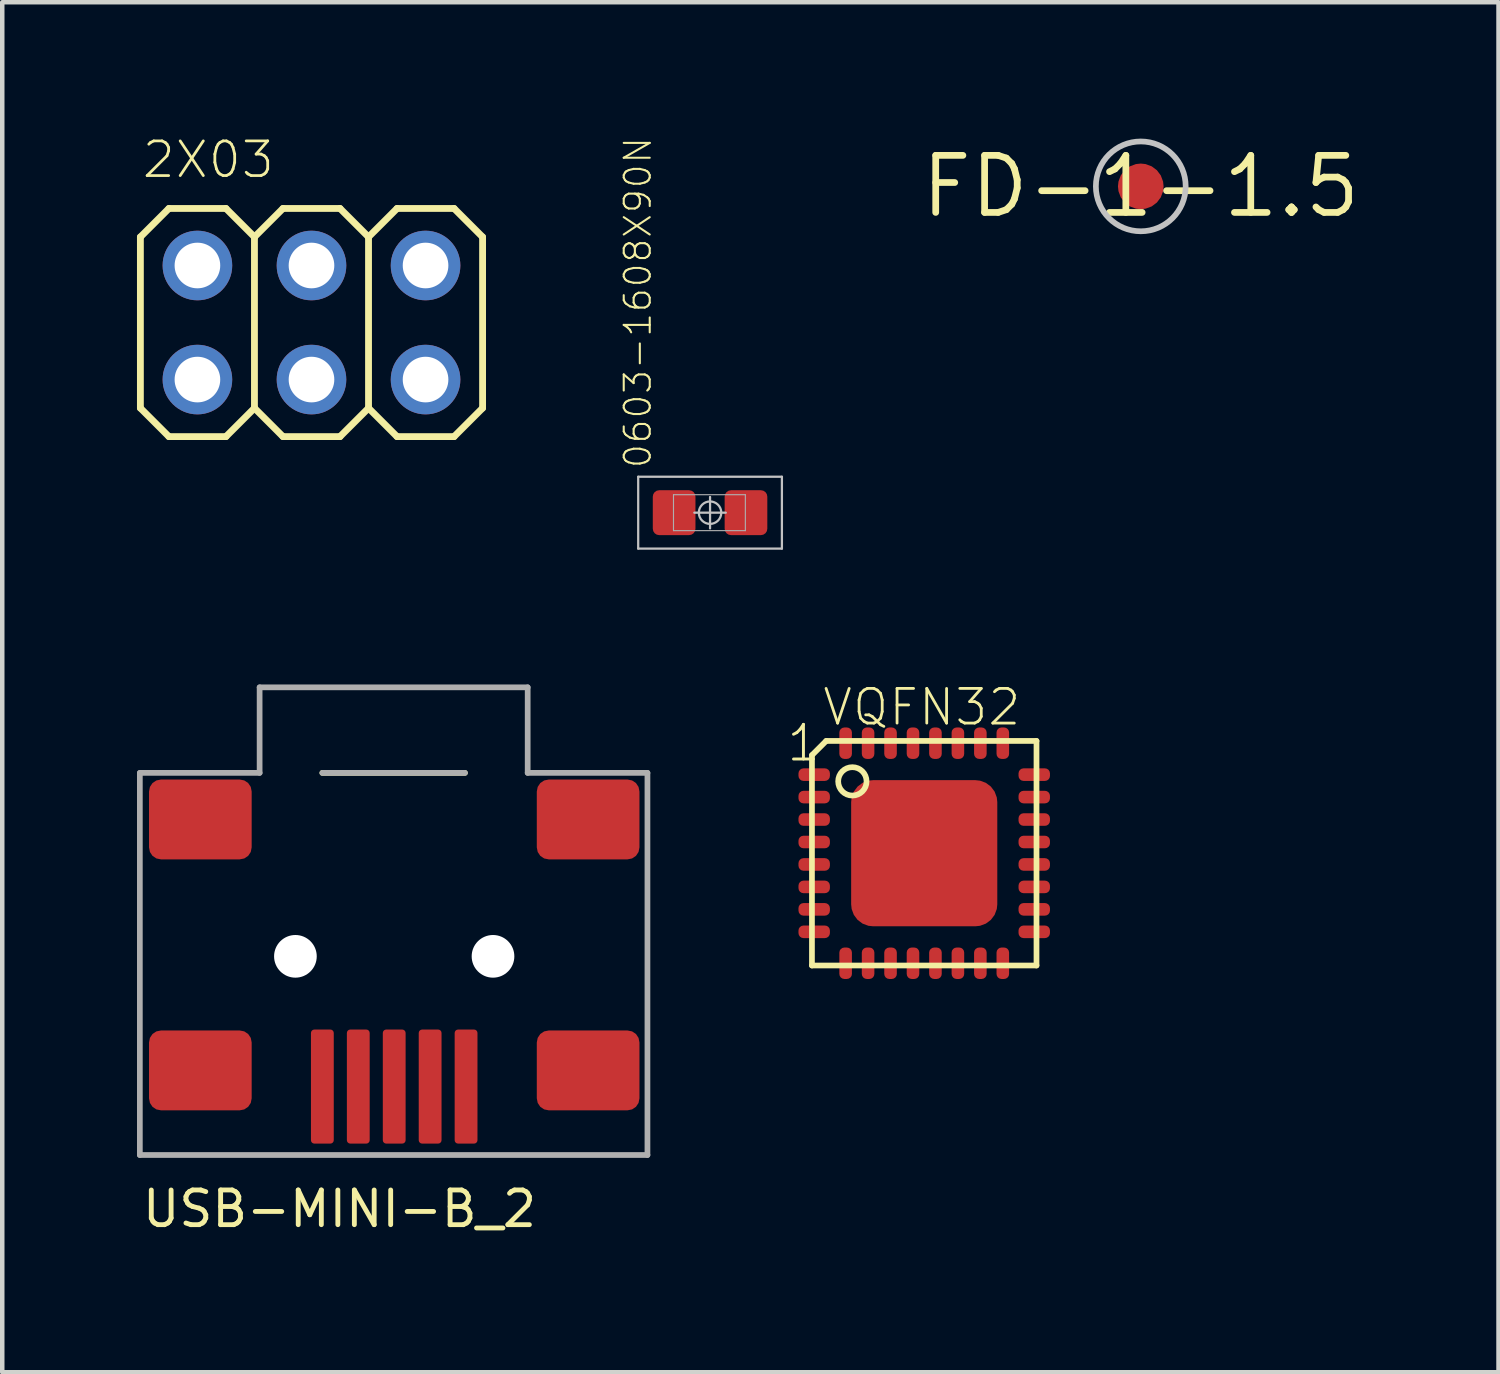
<source format=kicad_pcb>
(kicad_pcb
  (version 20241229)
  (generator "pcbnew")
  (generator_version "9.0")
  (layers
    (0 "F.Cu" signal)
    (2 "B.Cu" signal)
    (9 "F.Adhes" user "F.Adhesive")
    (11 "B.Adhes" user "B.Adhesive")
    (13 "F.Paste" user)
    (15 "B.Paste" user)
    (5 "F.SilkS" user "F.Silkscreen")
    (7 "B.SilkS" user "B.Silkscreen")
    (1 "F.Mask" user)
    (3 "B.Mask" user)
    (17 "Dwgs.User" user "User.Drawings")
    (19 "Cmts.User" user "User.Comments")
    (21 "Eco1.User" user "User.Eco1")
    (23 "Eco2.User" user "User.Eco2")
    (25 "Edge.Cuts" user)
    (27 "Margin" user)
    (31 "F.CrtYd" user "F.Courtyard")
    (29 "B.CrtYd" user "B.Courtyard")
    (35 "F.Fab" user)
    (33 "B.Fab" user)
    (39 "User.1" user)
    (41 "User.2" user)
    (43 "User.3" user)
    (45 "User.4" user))
  (footprint "0603-1608X90N"
    (layer "F.Cu")
    (at 12.761 8.366)
    (property "Reference" "0603-1608X90N" (at -1.27 -0.953 90) (layer "F.SilkS") (effects (font (size 0.579 0.579) (thickness 0.046)) (justify left bottom)))
    (attr through_hole)
    (fp_line (start -1.6 -0.8) (end -1.6 0.8) (stroke (width 0.05) (type solid)) (layer "Dwgs.User"))
    (fp_line (start -1.6 0.8) (end 1.6 0.8) (stroke (width 0.05) (type solid)) (layer "Dwgs.User"))
    (fp_line (start -0.35 0) (end 0.35 0) (stroke (width 0.05) (type solid)) (layer "Dwgs.User"))
    (fp_line (start 0 0.35) (end 0 -0.35) (stroke (width 0.05) (type solid)) (layer "Dwgs.User"))
    (fp_line (start 1.6 -0.8) (end -1.6 -0.8) (stroke (width 0.05) (type solid)) (layer "Dwgs.User"))
    (fp_line (start 1.6 0.8) (end 1.6 -0.8) (stroke (width 0.05) (type solid)) (layer "Dwgs.User"))
    (fp_circle (center 0 0) (end 0.25 0) (stroke (width 0.05) (type solid)) (fill no) (layer "Dwgs.User"))
    (fp_line (start -0.814 -0.4) (end -0.814 0.4) (stroke (width 0.025) (type solid)) (layer "F.Fab"))
    (fp_line (start -0.814 0.4) (end 0.786 0.4) (stroke (width 0.025) (type solid)) (layer "F.Fab"))
    (fp_line (start 0.786 -0.4) (end -0.814 -0.4) (stroke (width 0.025) (type solid)) (layer "F.Fab"))
    (fp_line (start 0.786 0.4) (end 0.786 -0.4) (stroke (width 0.025) (type solid)) (layer "F.Fab"))
    (pad "1" smd roundrect (at -0.8 0) (size 0.95 1) (layers "F.Cu" "F.Mask" "F.Paste") (roundrect_rratio 0.15))
    (pad "2" smd roundrect (at 0.8 0) (size 0.95 1) (layers "F.Cu" "F.Mask" "F.Paste") (roundrect_rratio 0.15)))
  (footprint "2X03"
    (layer "F.Cu")
    (at 3.886 4.132)
    (property "Reference" "2X03" (at -3.81 -3.175 0) (layer "F.SilkS") (effects (font (size 0.772 0.772) (thickness 0.062)) (justify left bottom)))
    (attr through_hole)
    (fp_line (start -3.81 -1.905) (end -3.175 -2.54) (stroke (width 0.152) (type solid)) (layer "F.SilkS"))
    (fp_line (start -3.81 1.905) (end -3.81 -1.905) (stroke (width 0.152) (type solid)) (layer "F.SilkS"))
    (fp_line (start -3.81 1.905) (end -3.175 2.54) (stroke (width 0.152) (type solid)) (layer "F.SilkS"))
    (fp_line (start -3.175 -2.54) (end -1.905 -2.54) (stroke (width 0.152) (type solid)) (layer "F.SilkS"))
    (fp_line (start -3.175 2.54) (end -1.905 2.54) (stroke (width 0.152) (type solid)) (layer "F.SilkS"))
    (fp_line (start -1.905 -2.54) (end -1.27 -1.905) (stroke (width 0.152) (type solid)) (layer "F.SilkS"))
    (fp_line (start -1.905 2.54) (end -1.27 1.905) (stroke (width 0.152) (type solid)) (layer "F.SilkS"))
    (fp_line (start -1.27 -1.905) (end -1.27 1.905) (stroke (width 0.152) (type solid)) (layer "F.SilkS"))
    (fp_line (start -1.27 -1.905) (end -0.635 -2.54) (stroke (width 0.152) (type solid)) (layer "F.SilkS"))
    (fp_line (start -1.27 1.905) (end -0.635 2.54) (stroke (width 0.152) (type solid)) (layer "F.SilkS"))
    (fp_line (start -0.635 -2.54) (end 0.635 -2.54) (stroke (width 0.152) (type solid)) (layer "F.SilkS"))
    (fp_line (start -0.635 2.54) (end 0.635 2.54) (stroke (width 0.152) (type solid)) (layer "F.SilkS"))
    (fp_line (start 0.635 -2.54) (end 1.27 -1.905) (stroke (width 0.152) (type solid)) (layer "F.SilkS"))
    (fp_line (start 0.635 2.54) (end 1.27 1.905) (stroke (width 0.152) (type solid)) (layer "F.SilkS"))
    (fp_line (start 1.27 -1.905) (end 1.27 1.905) (stroke (width 0.152) (type solid)) (layer "F.SilkS"))
    (fp_line (start 1.27 -1.905) (end 1.905 -2.54) (stroke (width 0.152) (type solid)) (layer "F.SilkS"))
    (fp_line (start 1.27 1.905) (end 1.905 2.54) (stroke (width 0.152) (type solid)) (layer "F.SilkS"))
    (fp_line (start 1.905 -2.54) (end 3.175 -2.54) (stroke (width 0.152) (type solid)) (layer "F.SilkS"))
    (fp_line (start 1.905 2.54) (end 3.175 2.54) (stroke (width 0.152) (type solid)) (layer "F.SilkS"))
    (fp_line (start 3.175 -2.54) (end 3.81 -1.905) (stroke (width 0.152) (type solid)) (layer "F.SilkS"))
    (fp_line (start 3.175 2.54) (end 3.81 1.905) (stroke (width 0.152) (type solid)) (layer "F.SilkS"))
    (fp_line (start 3.81 -1.905) (end 3.81 1.905) (stroke (width 0.152) (type solid)) (layer "F.SilkS"))
    (fp_poly (pts (xy -2.794 -1.016) (xy -2.286 -1.016) (xy -2.286 -1.524) (xy -2.794 -1.524)) (stroke (width 0.1) (type solid)) (fill no) (layer "F.Fab"))
    (fp_poly (pts (xy -2.794 1.524) (xy -2.286 1.524) (xy -2.286 1.016) (xy -2.794 1.016)) (stroke (width 0.1) (type solid)) (fill no) (layer "F.Fab"))
    (fp_poly (pts (xy -0.254 -1.016) (xy 0.254 -1.016) (xy 0.254 -1.524) (xy -0.254 -1.524)) (stroke (width 0.1) (type solid)) (fill no) (layer "F.Fab"))
    (fp_poly (pts (xy -0.254 1.524) (xy 0.254 1.524) (xy 0.254 1.016) (xy -0.254 1.016)) (stroke (width 0.1) (type solid)) (fill no) (layer "F.Fab"))
    (fp_poly (pts (xy 2.286 -1.016) (xy 2.794 -1.016) (xy 2.794 -1.524) (xy 2.286 -1.524)) (stroke (width 0.1) (type solid)) (fill no) (layer "F.Fab"))
    (fp_poly (pts (xy 2.286 1.524) (xy 2.794 1.524) (xy 2.794 1.016) (xy 2.286 1.016)) (stroke (width 0.1) (type solid)) (fill no) (layer "F.Fab"))
    (pad "1" thru_hole circle (at -2.54 1.27) (size 1.55 1.55) (drill 1.016) (layers "*.Cu" "*.Mask"))
    (pad "2" thru_hole circle (at -2.54 -1.27) (size 1.55 1.55) (drill 1.016) (layers "*.Cu" "*.Mask"))
    (pad "3" thru_hole circle (at 0 1.27) (size 1.55 1.55) (drill 1.016) (layers "*.Cu" "*.Mask"))
    (pad "4" thru_hole circle (at 0 -1.27) (size 1.55 1.55) (drill 1.016) (layers "*.Cu" "*.Mask"))
    (pad "5" thru_hole circle (at 2.54 1.27) (size 1.55 1.55) (drill 1.016) (layers "*.Cu" "*.Mask"))
    (pad "6" thru_hole circle (at 2.54 -1.27) (size 1.55 1.55) (drill 1.016) (layers "*.Cu" "*.Mask")))
  (footprint "VQFN32"
    (layer "F.Cu")
    (at 17.53 15.949)
    (property "Reference" "VQFN32" (at -2.3 -2.8 0) (layer "F.SilkS") (effects (font (size 0.772 0.772) (thickness 0.062)) (justify left bottom)))
    (attr through_hole)
    (fp_poly (pts (xy 0 -1.27) (xy 0.248 -1.246) (xy 0.486 -1.173) (xy 0.706 -1.056) (xy 0.898 -0.898) (xy 1.056 -0.706) (xy 1.173 -0.486) (xy 1.27 0) (xy 1.246 0.248) (xy 1.173 0.486) (xy 1.056 0.706) (xy 0.898 0.898) (xy 0.706 1.056) (xy 0.486 1.173) (xy 0 1.27) (xy -0.248 1.246) (xy -0.486 1.173) (xy -0.706 1.056) (xy -0.898 0.898) (xy -1.056 0.706) (xy -1.173 0.486) (xy -1.27 0) (xy -1.246 -0.248) (xy -1.173 -0.486) (xy -1.056 -0.706) (xy -0.898 -0.898) (xy -0.706 -1.056) (xy -0.486 -1.173)) (stroke (width 0) (type solid)) (fill yes) (layer "F.Mask"))
    (fp_line (start -2.5 -2.183) (end -2.5 2.5) (stroke (width 0.127) (type solid)) (layer "F.SilkS"))
    (fp_line (start -2.5 2.5) (end 2.5 2.5) (stroke (width 0.127) (type solid)) (layer "F.SilkS"))
    (fp_line (start -2.183 -2.5) (end -2.5 -2.183) (stroke (width 0.127) (type solid)) (layer "F.SilkS"))
    (fp_line (start 2.5 -2.5) (end -2.183 -2.5) (stroke (width 0.127) (type solid)) (layer "F.SilkS"))
    (fp_line (start 2.5 2.5) (end 2.5 -2.5) (stroke (width 0.127) (type solid)) (layer "F.SilkS"))
    (fp_circle (center -1.6 -1.6) (end -1.284 -1.6) (stroke (width 0.127) (type solid)) (fill no) (layer "F.SilkS"))
    (fp_poly (pts (xy -0.635 0.635) (xy 0.635 0.635) (xy 0.635 -0.635) (xy -0.635 -0.635)) (stroke (width 0) (type solid)) (fill yes) (layer "F.Paste"))
    (fp_text user "1" (at -3.1 -2 0) (layer "F.SilkS") (effects (font (size 0.772 0.772) (thickness 0.065)) (justify left bottom)))
    (pad "1" smd roundrect (at -2.45 -1.75 90) (size 0.28 0.7) (layers "F.Cu" "F.Mask" "F.Paste") (roundrect_rratio 0.4))
    (pad "2" smd roundrect (at -2.45 -1.25 90) (size 0.28 0.7) (layers "F.Cu" "F.Mask" "F.Paste") (roundrect_rratio 0.4))
    (pad "3" smd roundrect (at -2.45 -0.75 90) (size 0.28 0.7) (layers "F.Cu" "F.Mask" "F.Paste") (roundrect_rratio 0.4))
    (pad "4" smd roundrect (at -2.45 -0.25 90) (size 0.28 0.7) (layers "F.Cu" "F.Mask" "F.Paste") (roundrect_rratio 0.4))
    (pad "5" smd roundrect (at -2.45 0.25 90) (size 0.28 0.7) (layers "F.Cu" "F.Mask" "F.Paste") (roundrect_rratio 0.4))
    (pad "6" smd roundrect (at -2.45 0.75 90) (size 0.28 0.7) (layers "F.Cu" "F.Mask" "F.Paste") (roundrect_rratio 0.4))
    (pad "7" smd roundrect (at -2.45 1.25 90) (size 0.28 0.7) (layers "F.Cu" "F.Mask" "F.Paste") (roundrect_rratio 0.4))
    (pad "8" smd roundrect (at -2.45 1.75 90) (size 0.28 0.7) (layers "F.Cu" "F.Mask" "F.Paste") (roundrect_rratio 0.4))
    (pad "9" smd roundrect (at -1.75 2.45 180) (size 0.28 0.7) (layers "F.Cu" "F.Mask" "F.Paste") (roundrect_rratio 0.4))
    (pad "10" smd roundrect (at -1.25 2.45 180) (size 0.28 0.7) (layers "F.Cu" "F.Mask" "F.Paste") (roundrect_rratio 0.4))
    (pad "11" smd roundrect (at -0.75 2.45 180) (size 0.28 0.7) (layers "F.Cu" "F.Mask" "F.Paste") (roundrect_rratio 0.4))
    (pad "12" smd roundrect (at -0.25 2.45 180) (size 0.28 0.7) (layers "F.Cu" "F.Mask" "F.Paste") (roundrect_rratio 0.4))
    (pad "13" smd roundrect (at 0.25 2.45 180) (size 0.28 0.7) (layers "F.Cu" "F.Mask" "F.Paste") (roundrect_rratio 0.4))
    (pad "14" smd roundrect (at 0.75 2.45 180) (size 0.28 0.7) (layers "F.Cu" "F.Mask" "F.Paste") (roundrect_rratio 0.4))
    (pad "15" smd roundrect (at 1.25 2.45 180) (size 0.28 0.7) (layers "F.Cu" "F.Mask" "F.Paste") (roundrect_rratio 0.4))
    (pad "16" smd roundrect (at 1.75 2.45 180) (size 0.28 0.7) (layers "F.Cu" "F.Mask" "F.Paste") (roundrect_rratio 0.4))
    (pad "17" smd roundrect (at 2.45 1.75 90) (size 0.28 0.7) (layers "F.Cu" "F.Mask" "F.Paste") (roundrect_rratio 0.4))
    (pad "18" smd roundrect (at 2.45 1.25 90) (size 0.28 0.7) (layers "F.Cu" "F.Mask" "F.Paste") (roundrect_rratio 0.4))
    (pad "19" smd roundrect (at 2.45 0.75 90) (size 0.28 0.7) (layers "F.Cu" "F.Mask" "F.Paste") (roundrect_rratio 0.4))
    (pad "20" smd roundrect (at 2.45 0.25 90) (size 0.28 0.7) (layers "F.Cu" "F.Mask" "F.Paste") (roundrect_rratio 0.4))
    (pad "21" smd roundrect (at 2.45 -0.25 90) (size 0.28 0.7) (layers "F.Cu" "F.Mask" "F.Paste") (roundrect_rratio 0.4))
    (pad "22" smd roundrect (at 2.45 -0.75 90) (size 0.28 0.7) (layers "F.Cu" "F.Mask" "F.Paste") (roundrect_rratio 0.4))
    (pad "23" smd roundrect (at 2.45 -1.25 90) (size 0.28 0.7) (layers "F.Cu" "F.Mask" "F.Paste") (roundrect_rratio 0.4))
    (pad "24" smd roundrect (at 2.45 -1.75 90) (size 0.28 0.7) (layers "F.Cu" "F.Mask" "F.Paste") (roundrect_rratio 0.4))
    (pad "25" smd roundrect (at 1.75 -2.45 180) (size 0.28 0.7) (layers "F.Cu" "F.Mask" "F.Paste") (roundrect_rratio 0.4))
    (pad "26" smd roundrect (at 1.25 -2.45 180) (size 0.28 0.7) (layers "F.Cu" "F.Mask" "F.Paste") (roundrect_rratio 0.4))
    (pad "27" smd roundrect (at 0.75 -2.45 180) (size 0.28 0.7) (layers "F.Cu" "F.Mask" "F.Paste") (roundrect_rratio 0.4))
    (pad "28" smd roundrect (at 0.25 -2.45 180) (size 0.28 0.7) (layers "F.Cu" "F.Mask" "F.Paste") (roundrect_rratio 0.4))
    (pad "29" smd roundrect (at -0.25 -2.45 180) (size 0.28 0.7) (layers "F.Cu" "F.Mask" "F.Paste") (roundrect_rratio 0.4))
    (pad "30" smd roundrect (at -0.75 -2.45 180) (size 0.28 0.7) (layers "F.Cu" "F.Mask" "F.Paste") (roundrect_rratio 0.4))
    (pad "31" smd roundrect (at -1.25 -2.45 180) (size 0.28 0.7) (layers "F.Cu" "F.Mask" "F.Paste") (roundrect_rratio 0.4))
    (pad "32" smd roundrect (at -1.75 -2.45 180) (size 0.28 0.7) (layers "F.Cu" "F.Mask" "F.Paste") (roundrect_rratio 0.4))
    (pad "33" smd roundrect (at 0 0 180) (size 3.254 3.254) (layers "F.Cu" "F.Mask") (roundrect_rratio 0.15)))
  (footprint "FD-1-1.5"
    (layer "F.Cu")
    (at 22.352 1.1)
    (property "Reference" "FD-1-1.5" (at 0 0 0) (layer "F.SilkS") (effects (font (size 1.27 1.27) (thickness 0.15))))
    (attr through_hole)
    (fp_circle (center 0 0) (end 0.5 0) (stroke (width 1.2) (type solid)) (fill no) (layer "F.Mask"))
    (fp_circle (center 0 0) (end 1 0) (stroke (width 0.127) (type solid)) (fill no) (layer "Dwgs.User"))
    (pad "P$1" smd roundrect (at 0 0) (size 1.016 1.016) (layers "F.Cu" "F.Mask") (roundrect_rratio 0.5)))
  (footprint "USB-MINI-B_2"
    (layer "F.Cu")
    (at 4.128 21.145)
    (property "Reference" "USB-MINI-B_2" (at -4.064 3.175 0) (layer "F.SilkS") (effects (font (size 0.772 0.772) (thickness 0.108)) (justify left bottom)))
    (attr through_hole)
    (fp_line (start 0 -6.985) (end 3.175 -6.985) (stroke (width 0.127) (type solid)) (layer "F.SilkS"))
    (fp_line (start -4.064 -6.985) (end -1.397 -6.985) (stroke (width 0.127) (type solid)) (layer "F.Fab"))
    (fp_line (start -4.064 1.524) (end -4.064 -6.985) (stroke (width 0.127) (type solid)) (layer "F.Fab"))
    (fp_line (start -1.397 -8.89) (end 4.572 -8.89) (stroke (width 0.127) (type solid)) (layer "F.Fab"))
    (fp_line (start -1.397 -6.985) (end -1.397 -8.89) (stroke (width 0.127) (type solid)) (layer "F.Fab"))
    (fp_line (start 0 -6.985) (end 3.175 -6.985) (stroke (width 0.127) (type solid)) (layer "F.Fab"))
    (fp_line (start 4.572 -8.89) (end 4.572 -6.985) (stroke (width 0.127) (type solid)) (layer "F.Fab"))
    (fp_line (start 4.572 -6.985) (end 7.239 -6.985) (stroke (width 0.127) (type solid)) (layer "F.Fab"))
    (fp_line (start 7.239 -6.985) (end 7.239 1.524) (stroke (width 0.127) (type solid)) (layer "F.Fab"))
    (fp_line (start 7.239 1.524) (end -4.064 1.524) (stroke (width 0.127) (type solid)) (layer "F.Fab"))
    (pad "" np_thru_hole circle (at -0.6 -2.9) (size 0.95 0.95) (drill 0.95) (layers "*.Cu" "*.Mask"))
    (pad "" np_thru_hole circle (at 3.8 -2.9) (size 0.95 0.95) (drill 0.95) (layers "*.Cu" "*.Mask"))
    (pad "1" smd roundrect (at 0 0 90) (size 2.54 0.508) (layers "F.Cu" "F.Mask" "F.Paste") (roundrect_rratio 0.15))
    (pad "2" smd roundrect (at 0.8 0 90) (size 2.54 0.508) (layers "F.Cu" "F.Mask" "F.Paste") (roundrect_rratio 0.15))
    (pad "3" smd roundrect (at 1.6 0 90) (size 2.54 0.508) (layers "F.Cu" "F.Mask" "F.Paste") (roundrect_rratio 0.15))
    (pad "4" smd roundrect (at 2.4 0 90) (size 2.54 0.508) (layers "F.Cu" "F.Mask" "F.Paste") (roundrect_rratio 0.15))
    (pad "5" smd roundrect (at 3.2 0 90) (size 2.54 0.508) (layers "F.Cu" "F.Mask" "F.Paste") (roundrect_rratio 0.15))
    (pad "6" smd roundrect (at -2.717 -5.948 90) (size 1.778 2.286) (layers "F.Cu" "F.Mask" "F.Paste") (roundrect_rratio 0.15))
    (pad "7" smd roundrect (at -2.717 -0.36 90) (size 1.778 2.286) (layers "F.Cu" "F.Mask" "F.Paste") (roundrect_rratio 0.15))
    (pad "8" smd roundrect (at 5.918 -0.36 90) (size 1.778 2.286) (layers "F.Cu" "F.Mask" "F.Paste") (roundrect_rratio 0.15))
    (pad "9" smd roundrect (at 5.918 -5.948 90) (size 1.778 2.286) (layers "F.Cu" "F.Mask" "F.Paste") (roundrect_rratio 0.15)))
  (gr_rect
    (start -3 -3)
    (end 30.318 27.506)
    (stroke (width 0.1) (type default))
    (fill no)
    (layer "Edge.Cuts")))
</source>
